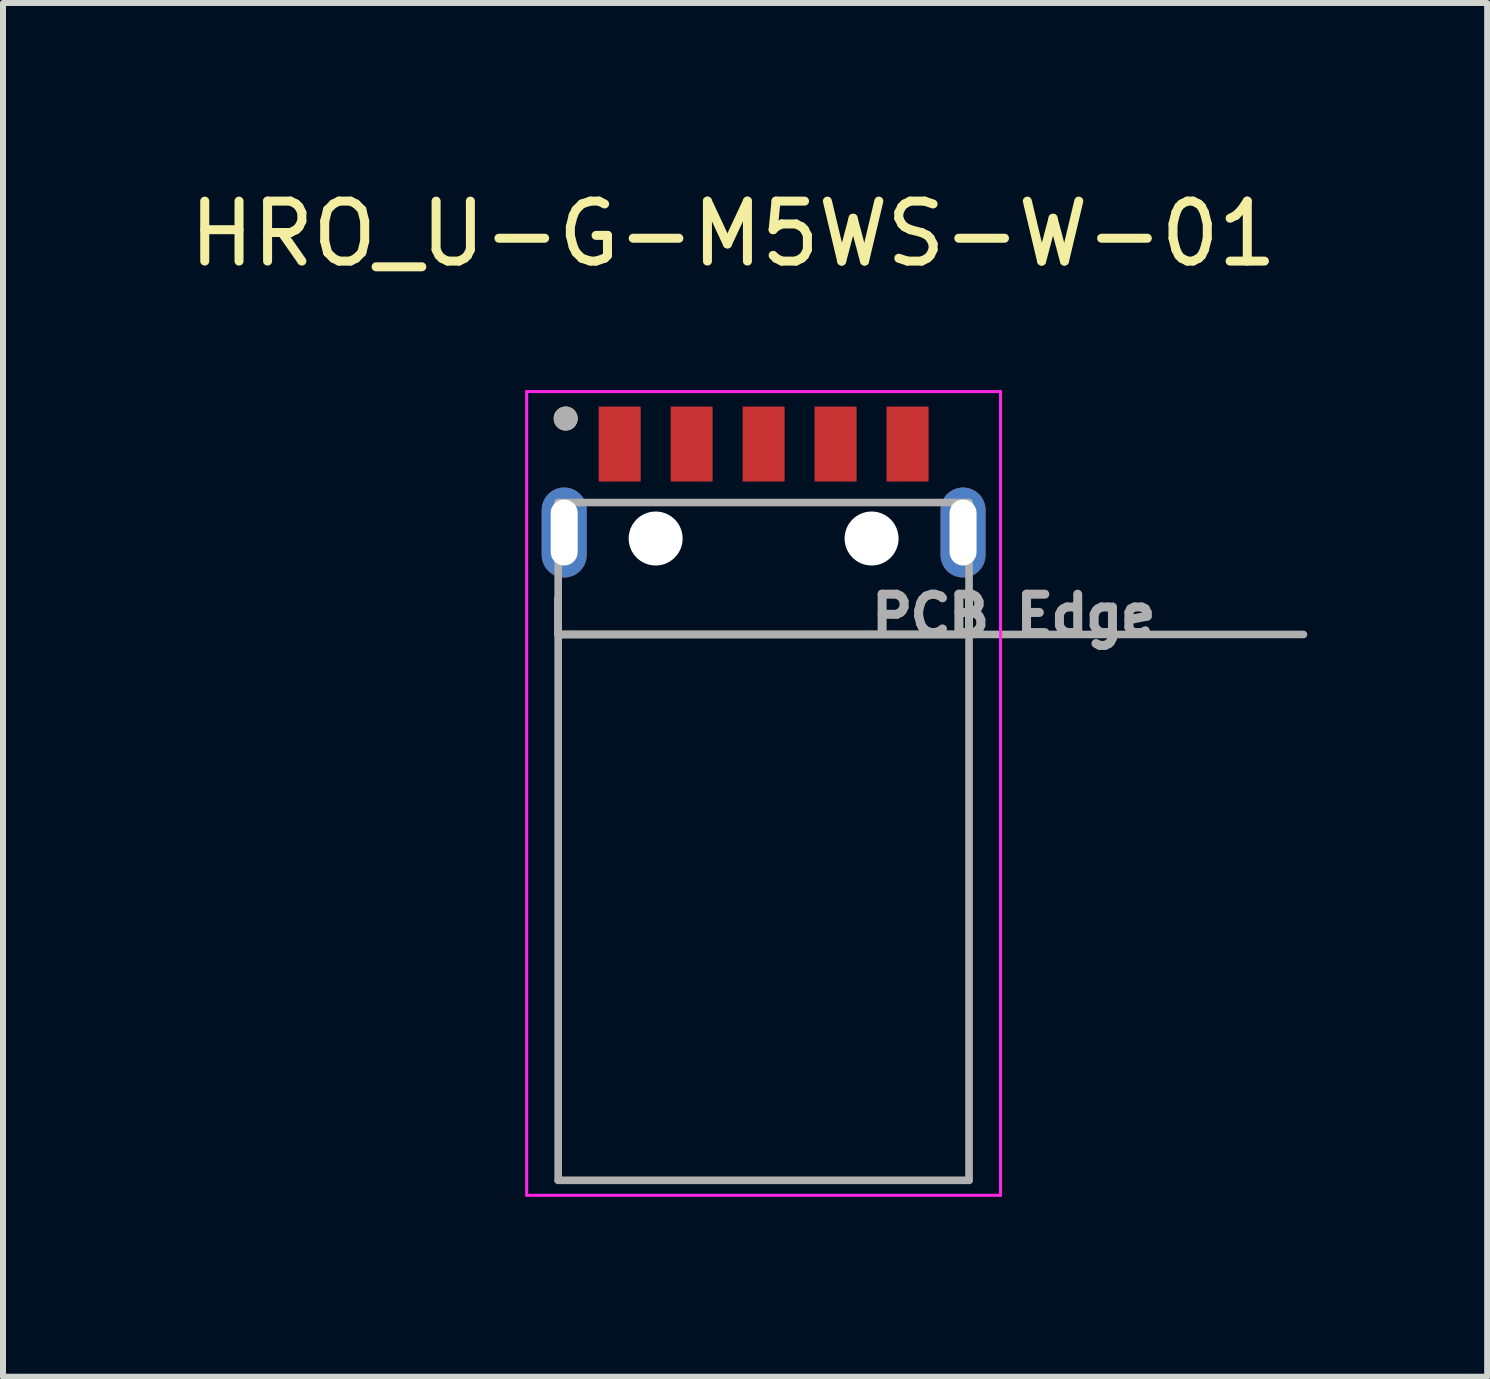
<source format=kicad_pcb>
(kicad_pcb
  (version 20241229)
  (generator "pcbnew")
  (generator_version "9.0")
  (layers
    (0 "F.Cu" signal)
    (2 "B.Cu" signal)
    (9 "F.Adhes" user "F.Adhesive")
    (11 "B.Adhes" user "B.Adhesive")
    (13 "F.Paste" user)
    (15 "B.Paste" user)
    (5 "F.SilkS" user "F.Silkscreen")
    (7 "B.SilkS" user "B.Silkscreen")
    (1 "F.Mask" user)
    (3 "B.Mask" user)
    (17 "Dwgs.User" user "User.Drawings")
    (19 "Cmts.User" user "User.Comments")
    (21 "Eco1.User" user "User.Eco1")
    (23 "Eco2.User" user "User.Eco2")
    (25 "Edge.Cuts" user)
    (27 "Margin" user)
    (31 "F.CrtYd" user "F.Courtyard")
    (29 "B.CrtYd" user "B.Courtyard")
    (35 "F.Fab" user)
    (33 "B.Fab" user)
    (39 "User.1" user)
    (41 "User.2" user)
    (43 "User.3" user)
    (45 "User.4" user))
  (footprint "HRO_U-G-M5WS-W-01"
    (layer "F.Cu")
    (at 9.681 5.928)
    (property "Reference" "HRO_U-G-M5WS-W-01" (at -0.508 -5.08 0) (layer "F.SilkS") (effects (font (size 1 1) (thickness 0.15))))
    (attr through_hole)
    (fp_line (start -3.425 1) (end -3.425 1.6) (stroke (width 0.127) (type solid)) (layer "F.SilkS"))
    (fp_line (start -3.425 1.6) (end 3.425 1.6) (stroke (width 0.127) (type solid)) (layer "F.SilkS"))
    (fp_line (start 3.425 1.6) (end 3.425 1) (stroke (width 0.127) (type solid)) (layer "F.SilkS"))
    (fp_circle (center -3.3 -2) (end -3.2 -2) (stroke (width 0.2) (type solid)) (fill no) (layer "F.SilkS"))
    (fp_line (start -3.95 -2.45) (end 3.95 -2.45) (stroke (width 0.05) (type solid)) (layer "F.CrtYd"))
    (fp_line (start -3.95 10.95) (end -3.95 -2.45) (stroke (width 0.05) (type solid)) (layer "F.CrtYd"))
    (fp_line (start 3.95 -2.45) (end 3.95 10.95) (stroke (width 0.05) (type solid)) (layer "F.CrtYd"))
    (fp_line (start 3.95 10.95) (end -3.95 10.95) (stroke (width 0.05) (type solid)) (layer "F.CrtYd"))
    (fp_line (start -3.425 -0.6) (end 3.425 -0.6) (stroke (width 0.127) (type solid)) (layer "F.Fab"))
    (fp_line (start -3.425 1.6) (end -3.425 -0.6) (stroke (width 0.127) (type solid)) (layer "F.Fab"))
    (fp_line (start -3.425 1.6) (end 9 1.6) (stroke (width 0.127) (type solid)) (layer "F.Fab"))
    (fp_line (start -3.425 10.7) (end -3.425 1.6) (stroke (width 0.127) (type solid)) (layer "F.Fab"))
    (fp_line (start 3.425 -0.6) (end 3.425 10.7) (stroke (width 0.127) (type solid)) (layer "F.Fab"))
    (fp_line (start 3.425 10.7) (end -3.425 10.7) (stroke (width 0.127) (type solid)) (layer "F.Fab"))
    (fp_circle (center -3.3 -2) (end -3.2 -2) (stroke (width 0.2) (type solid)) (fill no) (layer "F.Fab"))
    (fp_text user "PCB Edge" (at 4.17 1.28 0) (layer "F.Fab") (effects (font (size 0.64 0.64) (thickness 0.15))))
    (pad "" np_thru_hole circle (at -1.8 0) (size 0.9 0.9) (drill 0.9) (layers "*.Cu" "*.Mask"))
    (pad "" np_thru_hole circle (at 1.8 0) (size 0.9 0.9) (drill 0.9) (layers "*.Cu" "*.Mask"))
    (pad "1" smd rect (at -2.4 -1.575) (size 0.7 1.25) (layers "F.Cu" "F.Mask" "F.Paste"))
    (pad "2" smd rect (at -1.2 -1.575) (size 0.7 1.25) (layers "F.Cu" "F.Mask" "F.Paste"))
    (pad "3" smd rect (at 0 -1.575) (size 0.7 1.25) (layers "F.Cu" "F.Mask" "F.Paste"))
    (pad "4" smd rect (at 1.2 -1.575) (size 0.7 1.25) (layers "F.Cu" "F.Mask" "F.Paste"))
    (pad "5" smd rect (at 2.4 -1.575) (size 0.7 1.25) (layers "F.Cu" "F.Mask" "F.Paste"))
    (pad "S1" thru_hole oval (at -3.325 -0.1) (size 0.75 1.5) (drill oval 0.45 1.1) (layers "*.Cu" "*.Mask"))
    (pad "S2" thru_hole oval (at 3.325 -0.1) (size 0.75 1.5) (drill oval 0.45 1.1) (layers "*.Cu" "*.Mask")))
  (gr_rect
    (start -3 -3)
    (end 21.744 19.903)
    (stroke (width 0.1) (type default))
    (fill no)
    (layer "Edge.Cuts")))
</source>
